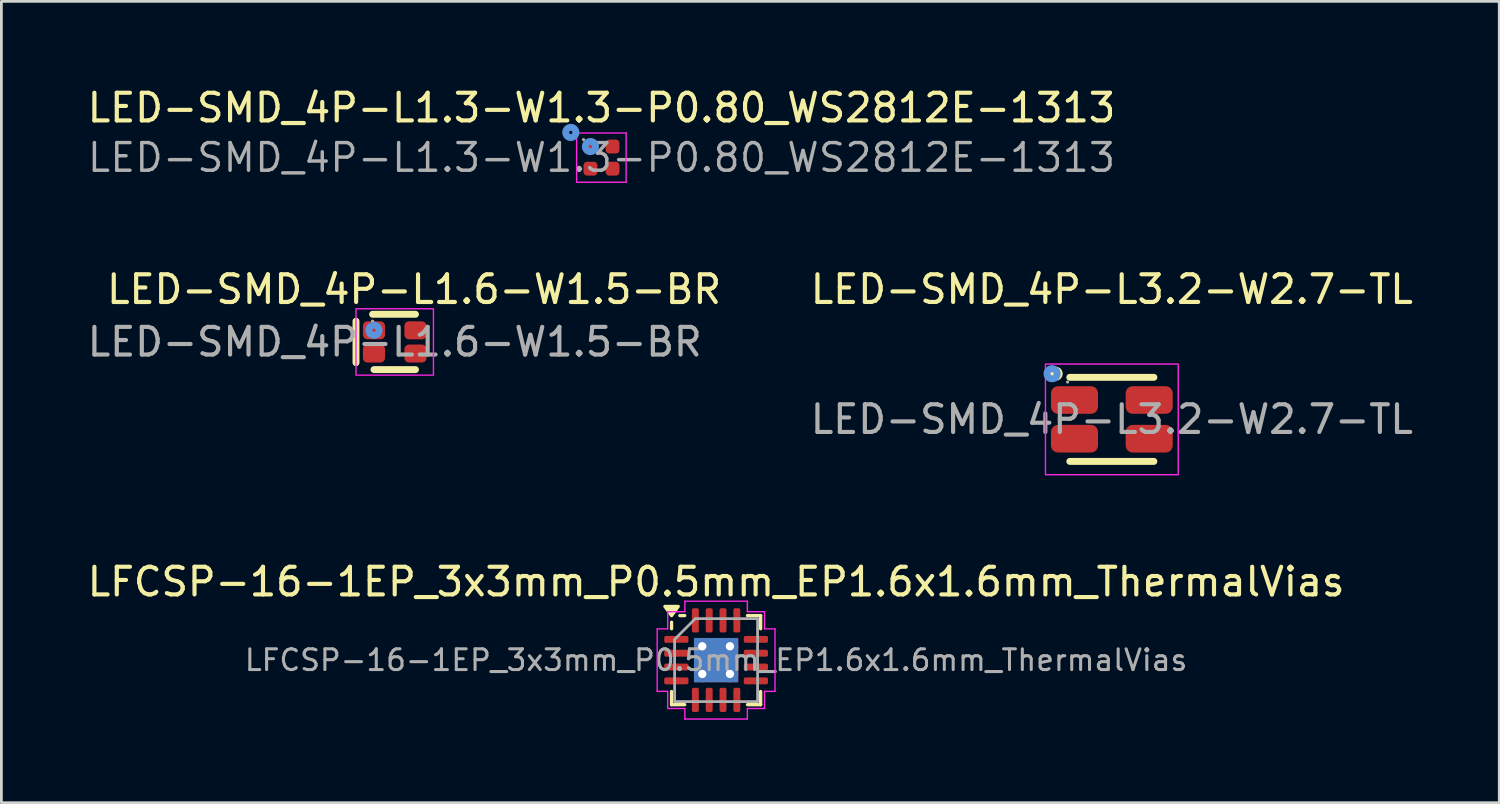
<source format=kicad_pcb>
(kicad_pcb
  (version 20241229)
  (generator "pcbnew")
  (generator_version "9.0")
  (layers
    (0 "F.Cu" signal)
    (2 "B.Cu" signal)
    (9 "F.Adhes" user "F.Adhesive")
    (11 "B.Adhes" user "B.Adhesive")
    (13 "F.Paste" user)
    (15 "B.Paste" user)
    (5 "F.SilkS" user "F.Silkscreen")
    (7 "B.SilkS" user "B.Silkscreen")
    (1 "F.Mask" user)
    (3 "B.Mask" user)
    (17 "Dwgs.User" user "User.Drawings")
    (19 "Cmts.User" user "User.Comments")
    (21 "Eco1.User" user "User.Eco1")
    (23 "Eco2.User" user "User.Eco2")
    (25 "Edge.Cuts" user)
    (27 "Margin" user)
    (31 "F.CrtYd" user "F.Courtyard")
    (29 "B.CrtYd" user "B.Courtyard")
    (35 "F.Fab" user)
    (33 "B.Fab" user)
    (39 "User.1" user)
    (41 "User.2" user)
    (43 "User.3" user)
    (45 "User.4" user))
  (footprint "LFCSP-16-1EP_3x3mm_P0.5mm_EP1.6x1.6mm_ThermalVias"
    (layer "F.Cu")
    (at 22.839 20.815)
    (property "Reference" "LFCSP-16-1EP_3x3mm_P0.5mm_EP1.6x1.6mm_ThermalVias" (at 0 -2.83 0) (layer "F.SilkS") (effects (font (size 1 1) (thickness 0.15))))
    (attr smd)
    (fp_line (start -1.61 -1.135) (end -1.61 -1.37) (stroke (width 0.12) (type solid)) (layer "F.SilkS"))
    (fp_line (start -1.61 1.61) (end -1.61 1.135) (stroke (width 0.12) (type solid)) (layer "F.SilkS"))
    (fp_line (start -1.135 -1.61) (end -1.31 -1.61) (stroke (width 0.12) (type solid)) (layer "F.SilkS"))
    (fp_line (start -1.135 1.61) (end -1.61 1.61) (stroke (width 0.12) (type solid)) (layer "F.SilkS"))
    (fp_line (start 1.135 -1.61) (end 1.61 -1.61) (stroke (width 0.12) (type solid)) (layer "F.SilkS"))
    (fp_line (start 1.135 1.61) (end 1.61 1.61) (stroke (width 0.12) (type solid)) (layer "F.SilkS"))
    (fp_line (start 1.61 -1.61) (end 1.61 -1.135) (stroke (width 0.12) (type solid)) (layer "F.SilkS"))
    (fp_line (start 1.61 1.61) (end 1.61 1.135) (stroke (width 0.12) (type solid)) (layer "F.SilkS"))
    (fp_poly (pts (xy -1.61 -1.61) (xy -1.85 -1.94) (xy -1.37 -1.94)) (stroke (width 0.12) (type solid)) (fill yes) (layer "F.SilkS"))
    (fp_line (start -2.13 -1.13) (end -1.75 -1.13) (stroke (width 0.05) (type solid)) (layer "F.CrtYd"))
    (fp_line (start -2.13 1.13) (end -2.13 -1.13) (stroke (width 0.05) (type solid)) (layer "F.CrtYd"))
    (fp_line (start -1.75 -1.75) (end -1.13 -1.75) (stroke (width 0.05) (type solid)) (layer "F.CrtYd"))
    (fp_line (start -1.75 -1.13) (end -1.75 -1.75) (stroke (width 0.05) (type solid)) (layer "F.CrtYd"))
    (fp_line (start -1.75 1.13) (end -2.13 1.13) (stroke (width 0.05) (type solid)) (layer "F.CrtYd"))
    (fp_line (start -1.75 1.75) (end -1.75 1.13) (stroke (width 0.05) (type solid)) (layer "F.CrtYd"))
    (fp_line (start -1.13 -2.13) (end 1.13 -2.13) (stroke (width 0.05) (type solid)) (layer "F.CrtYd"))
    (fp_line (start -1.13 -1.75) (end -1.13 -2.13) (stroke (width 0.05) (type solid)) (layer "F.CrtYd"))
    (fp_line (start -1.13 1.75) (end -1.75 1.75) (stroke (width 0.05) (type solid)) (layer "F.CrtYd"))
    (fp_line (start -1.13 2.13) (end -1.13 1.75) (stroke (width 0.05) (type solid)) (layer "F.CrtYd"))
    (fp_line (start 1.13 -2.13) (end 1.13 -1.75) (stroke (width 0.05) (type solid)) (layer "F.CrtYd"))
    (fp_line (start 1.13 -1.75) (end 1.75 -1.75) (stroke (width 0.05) (type solid)) (layer "F.CrtYd"))
    (fp_line (start 1.13 1.75) (end 1.13 2.13) (stroke (width 0.05) (type solid)) (layer "F.CrtYd"))
    (fp_line (start 1.13 2.13) (end -1.13 2.13) (stroke (width 0.05) (type solid)) (layer "F.CrtYd"))
    (fp_line (start 1.75 -1.75) (end 1.75 -1.13) (stroke (width 0.05) (type solid)) (layer "F.CrtYd"))
    (fp_line (start 1.75 -1.13) (end 2.13 -1.13) (stroke (width 0.05) (type solid)) (layer "F.CrtYd"))
    (fp_line (start 1.75 1.13) (end 1.75 1.75) (stroke (width 0.05) (type solid)) (layer "F.CrtYd"))
    (fp_line (start 1.75 1.75) (end 1.13 1.75) (stroke (width 0.05) (type solid)) (layer "F.CrtYd"))
    (fp_line (start 2.13 -1.13) (end 2.13 1.13) (stroke (width 0.05) (type solid)) (layer "F.CrtYd"))
    (fp_line (start 2.13 1.13) (end 1.75 1.13) (stroke (width 0.05) (type solid)) (layer "F.CrtYd"))
    (fp_poly (pts (xy -1.5 -0.75) (xy -1.5 1.5) (xy 1.5 1.5) (xy 1.5 -1.5) (xy -0.75 -1.5)) (stroke (width 0.1) (type solid)) (fill no) (layer "F.Fab"))
    (fp_text user "${REFERENCE}" (at 0 0 0) (layer "F.Fab") (effects (font (size 0.75 0.75) (thickness 0.11))))
    (pad "" smd roundrect (at -0.4 -0.4) (size 0.69 0.69) (layers "F.Paste") (roundrect_rratio 0.25))
    (pad "" smd roundrect (at -0.4 0.4) (size 0.69 0.69) (layers "F.Paste") (roundrect_rratio 0.25))
    (pad "" smd roundrect (at 0.4 -0.4) (size 0.69 0.69) (layers "F.Paste") (roundrect_rratio 0.25))
    (pad "" smd roundrect (at 0.4 0.4) (size 0.69 0.69) (layers "F.Paste") (roundrect_rratio 0.25))
    (pad "1" smd roundrect (at -1.438 -0.75) (size 0.875 0.25) (layers "F.Cu" "F.Mask" "F.Paste") (roundrect_rratio 0.25))
    (pad "2" smd roundrect (at -1.438 -0.25) (size 0.875 0.25) (layers "F.Cu" "F.Mask" "F.Paste") (roundrect_rratio 0.25))
    (pad "3" smd roundrect (at -1.438 0.25) (size 0.875 0.25) (layers "F.Cu" "F.Mask" "F.Paste") (roundrect_rratio 0.25))
    (pad "4" smd roundrect (at -1.438 0.75) (size 0.875 0.25) (layers "F.Cu" "F.Mask" "F.Paste") (roundrect_rratio 0.25))
    (pad "5" smd roundrect (at -0.75 1.438) (size 0.25 0.875) (layers "F.Cu" "F.Mask" "F.Paste") (roundrect_rratio 0.25))
    (pad "6" smd roundrect (at -0.25 1.438) (size 0.25 0.875) (layers "F.Cu" "F.Mask" "F.Paste") (roundrect_rratio 0.25))
    (pad "7" smd roundrect (at 0.25 1.438) (size 0.25 0.875) (layers "F.Cu" "F.Mask" "F.Paste") (roundrect_rratio 0.25))
    (pad "8" smd roundrect (at 0.75 1.438) (size 0.25 0.875) (layers "F.Cu" "F.Mask" "F.Paste") (roundrect_rratio 0.25))
    (pad "9" smd roundrect (at 1.438 0.75) (size 0.875 0.25) (layers "F.Cu" "F.Mask" "F.Paste") (roundrect_rratio 0.25))
    (pad "10" smd roundrect (at 1.438 0.25) (size 0.875 0.25) (layers "F.Cu" "F.Mask" "F.Paste") (roundrect_rratio 0.25))
    (pad "11" smd roundrect (at 1.438 -0.25) (size 0.875 0.25) (layers "F.Cu" "F.Mask" "F.Paste") (roundrect_rratio 0.25))
    (pad "12" smd roundrect (at 1.438 -0.75) (size 0.875 0.25) (layers "F.Cu" "F.Mask" "F.Paste") (roundrect_rratio 0.25))
    (pad "13" smd roundrect (at 0.75 -1.438) (size 0.25 0.875) (layers "F.Cu" "F.Mask" "F.Paste") (roundrect_rratio 0.25))
    (pad "14" smd roundrect (at 0.25 -1.438) (size 0.25 0.875) (layers "F.Cu" "F.Mask" "F.Paste") (roundrect_rratio 0.25))
    (pad "15" smd roundrect (at -0.25 -1.438) (size 0.25 0.875) (layers "F.Cu" "F.Mask" "F.Paste") (roundrect_rratio 0.25))
    (pad "16" smd roundrect (at -0.75 -1.438) (size 0.25 0.875) (layers "F.Cu" "F.Mask" "F.Paste") (roundrect_rratio 0.25))
    (pad "17" thru_hole circle (at -0.5 -0.5) (size 0.6 0.6) (drill 0.3) (property pad_prop_heatsink) (layers "*.Cu"))
    (pad "17" thru_hole circle (at -0.5 0.5) (size 0.6 0.6) (drill 0.3) (property pad_prop_heatsink) (layers "*.Cu"))
    (pad "17" smd rect (at 0 0) (size 1.6 1.6) (property pad_prop_heatsink) (layers "F.Cu" "F.Mask"))
    (pad "17" smd rect (at 0 0) (size 1.6 1.6) (property pad_prop_heatsink) (layers "B.Cu"))
    (pad "17" thru_hole circle (at 0.5 -0.5) (size 0.6 0.6) (drill 0.3) (property pad_prop_heatsink) (layers "*.Cu"))
    (pad "17" thru_hole circle (at 0.5 0.5) (size 0.6 0.6) (drill 0.3) (property pad_prop_heatsink) (layers "*.Cu")))
  (footprint "LED-SMD_4P-L1.3-W1.3-P0.80_WS2812E-1313"
    (layer "F.Cu")
    (at 18.696 2.648)
    (property "Reference" "LED-SMD_4P-L1.3-W1.3-P0.80_WS2812E-1313" (at 0 -1.8 0) (layer "F.SilkS") (effects (font (size 1 1) (thickness 0.15))))
    (attr smd)
    (fp_circle (center -1.11 -0.91) (end -1.05 -0.91) (stroke (width 0.25) (type solid)) (fill no) (layer "Cmts.User"))
    (fp_circle (center -0.4 -0.4) (end -0.34 -0.4) (stroke (width 0.25) (type solid)) (fill no) (layer "Cmts.User"))
    (fp_line (start -0.9 -0.89) (end -0.9 0.89) (stroke (width 0.05) (type solid)) (layer "F.CrtYd"))
    (fp_line (start -0.89 -0.89) (end 0.89 -0.89) (stroke (width 0.05) (type solid)) (layer "F.CrtYd"))
    (fp_line (start 0.89 -0.89) (end 0.89 0.89) (stroke (width 0.05) (type solid)) (layer "F.CrtYd"))
    (fp_line (start 0.89 0.89) (end -0.89 0.89) (stroke (width 0.05) (type solid)) (layer "F.CrtYd"))
    (fp_circle (center -0.65 -0.65) (end -0.62 -0.65) (stroke (width 0.06) (type solid)) (fill no) (layer "F.Fab"))
    (fp_text user "${REFERENCE}" (at 0 0 0) (layer "F.Fab") (effects (font (size 1 1) (thickness 0.125))))
    (pad "1" smd roundrect (at -0.4 -0.4) (size 0.5 0.5) (layers "F.Cu" "F.Mask" "F.Paste") (roundrect_rratio 0.25))
    (pad "2" smd roundrect (at -0.4 0.4) (size 0.5 0.5) (layers "F.Cu" "F.Mask" "F.Paste") (roundrect_rratio 0.25))
    (pad "3" smd roundrect (at 0.4 0.4) (size 0.5 0.5) (layers "F.Cu" "F.Mask" "F.Paste") (roundrect_rratio 0.25))
    (pad "4" smd roundrect (at 0.4 -0.4) (size 0.5 0.5) (layers "F.Cu" "F.Mask" "F.Paste") (roundrect_rratio 0.25)))
  (footprint "LED-SMD_4P-L1.6-W1.5-BR"
    (layer "F.Cu")
    (at 11.22 9.312)
    (property "Reference" "LED-SMD_4P-L1.6-W1.5-BR" (at 0.7 -1.9 180) (layer "F.SilkS") (effects (font (size 1 1) (thickness 0.15))))
    (attr smd)
    (fp_line (start -1.4 0.75) (end -1.4 -0.75) (stroke (width 0.25) (type solid)) (layer "F.SilkS"))
    (fp_line (start -0.8 -1) (end 0.75 -1) (stroke (width 0.25) (type solid)) (layer "F.SilkS"))
    (fp_line (start -0.75 1) (end 0.75 1) (stroke (width 0.25) (type solid)) (layer "F.SilkS"))
    (fp_circle (center -0.75 -0.42) (end -0.81 -0.42) (stroke (width 0.25) (type solid)) (fill no) (layer "Cmts.User"))
    (fp_rect (start -1.4 -1.2) (end 1.4 1.2) (stroke (width 0.05) (type default)) (fill no) (layer "F.CrtYd"))
    (fp_circle (center -0.8 -0.75) (end -0.83 -0.75) (stroke (width 0.06) (type solid)) (fill no) (layer "F.Fab"))
    (fp_text user "${REFERENCE}" (at 0 0 180) (layer "F.Fab") (effects (font (size 1 1) (thickness 0.15))))
    (pad "1" smd roundrect (at -0.75 -0.42) (size 0.8 0.65) (layers "F.Cu" "F.Mask" "F.Paste") (roundrect_rratio 0.25))
    (pad "2" smd roundrect (at -0.75 0.42) (size 0.8 0.65) (layers "F.Cu" "F.Mask" "F.Paste") (roundrect_rratio 0.25))
    (pad "3" smd roundrect (at 0.75 0.42) (size 0.8 0.65) (layers "F.Cu" "F.Mask" "F.Paste") (roundrect_rratio 0.25))
    (pad "4" smd roundrect (at 0.75 -0.42) (size 0.8 0.65) (layers "F.Cu" "F.Mask" "F.Paste") (roundrect_rratio 0.25)))
  (footprint "LED-SMD_4P-L3.2-W2.7-TL"
    (layer "F.Cu")
    (at 37.146 12.111)
    (property "Reference" "LED-SMD_4P-L3.2-W2.7-TL" (at 0 -4.7 0) (layer "F.SilkS") (effects (font (size 1 1) (thickness 0.15))))
    (attr smd)
    (fp_line (start -1.52 -1.52) (end 1.52 -1.52) (stroke (width 0.25) (type solid)) (layer "F.SilkS"))
    (fp_line (start -1.52 1.52) (end 1.52 1.52) (stroke (width 0.25) (type solid)) (layer "F.SilkS"))
    (fp_circle (center -2.03 -1.65) (end -1.9 -1.65) (stroke (width 0.25) (type solid)) (fill no) (layer "F.SilkS"))
    (fp_circle (center -2.16 -1.65) (end -2.1 -1.65) (stroke (width 0.25) (type solid)) (fill no) (layer "Cmts.User"))
    (fp_rect (start -2.4 -2) (end 2.4 2) (stroke (width 0.05) (type default)) (fill no) (layer "F.CrtYd"))
    (fp_circle (center -1.6 -1.35) (end -1.57 -1.35) (stroke (width 0.06) (type solid)) (fill no) (layer "F.Fab"))
    (fp_text user "${REFERENCE}" (at 0 0 0) (layer "F.Fab") (effects (font (size 1 1) (thickness 0.15))))
    (pad "1" smd roundrect (at -1.35 -0.7) (size 1.7 1) (layers "F.Cu" "F.Mask" "F.Paste") (roundrect_rratio 0.25))
    (pad "2" smd roundrect (at 1.35 -0.7) (size 1.7 1) (layers "F.Cu" "F.Mask" "F.Paste") (roundrect_rratio 0.25))
    (pad "3" smd roundrect (at -1.35 0.7) (size 1.7 1) (layers "F.Cu" "F.Mask" "F.Paste") (roundrect_rratio 0.25))
    (pad "4" smd roundrect (at 1.35 0.7) (size 1.7 1) (layers "F.Cu" "F.Mask" "F.Paste") (roundrect_rratio 0.25)))
  (gr_rect
    (start -3 -3)
    (end 51.152 25.97)
    (stroke (width 0.1) (type default))
    (fill no)
    (layer "Edge.Cuts")))
</source>
